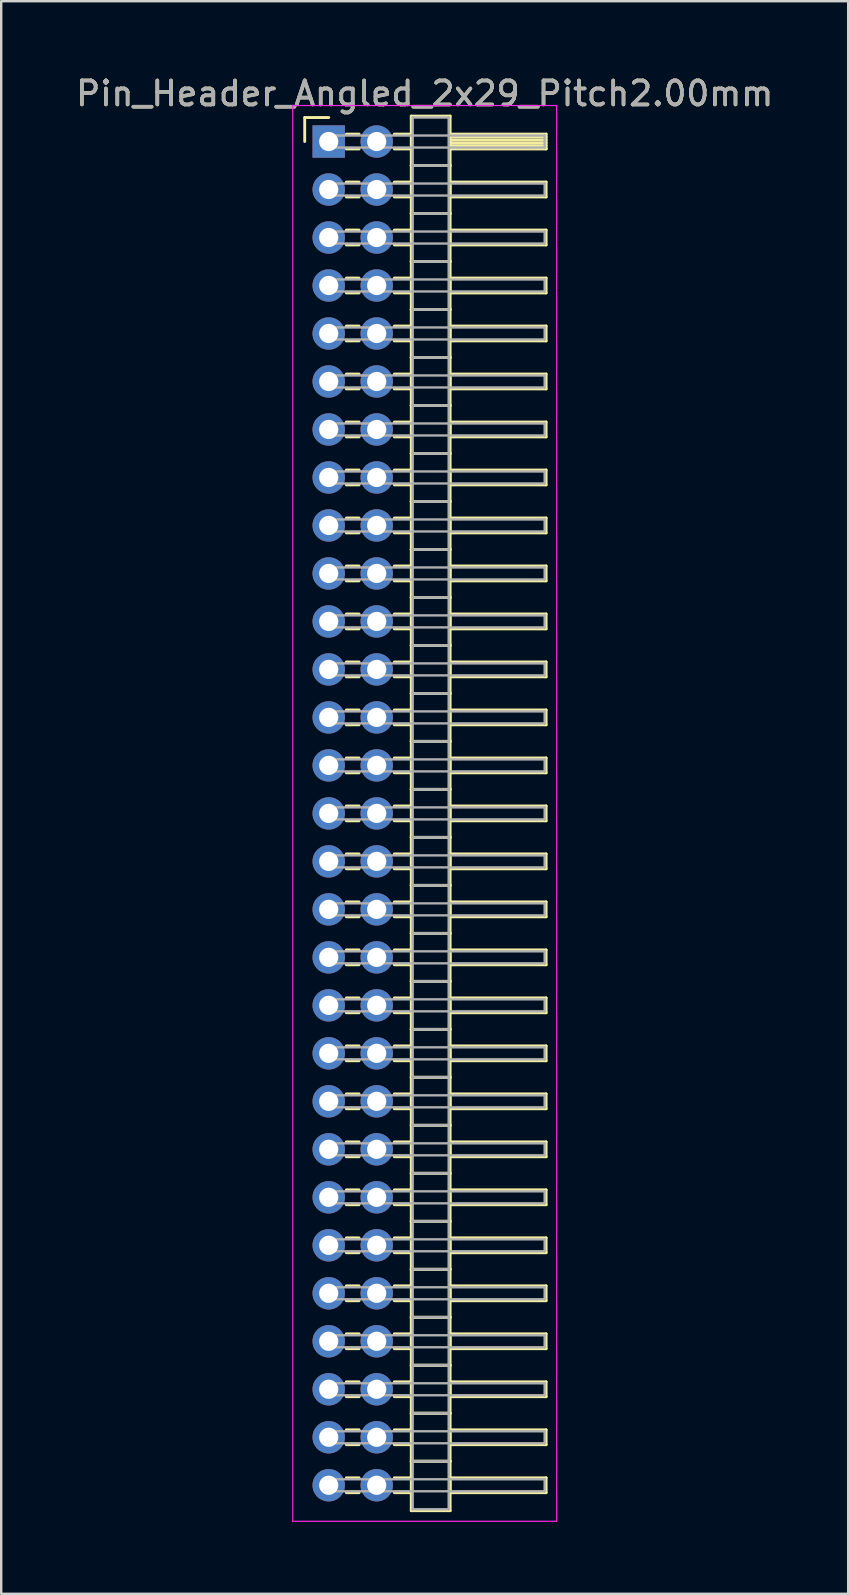
<source format=kicad_pcb>
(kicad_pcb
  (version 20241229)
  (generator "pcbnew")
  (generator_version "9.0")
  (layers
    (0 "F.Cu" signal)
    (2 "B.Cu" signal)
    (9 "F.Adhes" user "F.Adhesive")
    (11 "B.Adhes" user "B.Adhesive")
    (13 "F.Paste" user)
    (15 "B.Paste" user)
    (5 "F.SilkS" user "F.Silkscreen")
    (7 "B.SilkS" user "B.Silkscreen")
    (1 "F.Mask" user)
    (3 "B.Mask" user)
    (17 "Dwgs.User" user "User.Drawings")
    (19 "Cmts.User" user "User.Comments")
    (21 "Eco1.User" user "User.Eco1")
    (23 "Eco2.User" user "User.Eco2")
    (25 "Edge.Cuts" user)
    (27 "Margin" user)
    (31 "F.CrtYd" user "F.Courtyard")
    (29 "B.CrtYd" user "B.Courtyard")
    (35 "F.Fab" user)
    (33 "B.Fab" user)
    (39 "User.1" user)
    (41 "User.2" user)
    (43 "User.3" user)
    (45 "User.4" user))
  (footprint "Pin_Header_Angled_2x29_Pitch2.00mm"
    (layer "F.Cu")
    (at 10.649 2.848)
    (property "Reference" "Pin_Header_Angled_2x29_Pitch2.00mm" (at 4 -2 0) (layer "F.SilkS") (effects (font (size 1 1) (thickness 0.15))))
    (attr through_hole)
    (fp_line (start -1 -1) (end 0 -1) (stroke (width 0.12) (type solid)) (layer "F.SilkS"))
    (fp_line (start -1 0) (end -1 -1) (stroke (width 0.12) (type solid)) (layer "F.SilkS"))
    (fp_line (start 0.735 -0.31) (end 1.265 -0.31) (stroke (width 0.12) (type solid)) (layer "F.SilkS"))
    (fp_line (start 0.735 0.31) (end 1.265 0.31) (stroke (width 0.12) (type solid)) (layer "F.SilkS"))
    (fp_line (start 0.735 1.69) (end 1.265 1.69) (stroke (width 0.12) (type solid)) (layer "F.SilkS"))
    (fp_line (start 0.735 2.31) (end 1.265 2.31) (stroke (width 0.12) (type solid)) (layer "F.SilkS"))
    (fp_line (start 0.735 3.69) (end 1.265 3.69) (stroke (width 0.12) (type solid)) (layer "F.SilkS"))
    (fp_line (start 0.735 4.31) (end 1.265 4.31) (stroke (width 0.12) (type solid)) (layer "F.SilkS"))
    (fp_line (start 0.735 5.69) (end 1.265 5.69) (stroke (width 0.12) (type solid)) (layer "F.SilkS"))
    (fp_line (start 0.735 6.31) (end 1.265 6.31) (stroke (width 0.12) (type solid)) (layer "F.SilkS"))
    (fp_line (start 0.735 7.69) (end 1.265 7.69) (stroke (width 0.12) (type solid)) (layer "F.SilkS"))
    (fp_line (start 0.735 8.31) (end 1.265 8.31) (stroke (width 0.12) (type solid)) (layer "F.SilkS"))
    (fp_line (start 0.735 9.69) (end 1.265 9.69) (stroke (width 0.12) (type solid)) (layer "F.SilkS"))
    (fp_line (start 0.735 10.31) (end 1.265 10.31) (stroke (width 0.12) (type solid)) (layer "F.SilkS"))
    (fp_line (start 0.735 11.69) (end 1.265 11.69) (stroke (width 0.12) (type solid)) (layer "F.SilkS"))
    (fp_line (start 0.735 12.31) (end 1.265 12.31) (stroke (width 0.12) (type solid)) (layer "F.SilkS"))
    (fp_line (start 0.735 13.69) (end 1.265 13.69) (stroke (width 0.12) (type solid)) (layer "F.SilkS"))
    (fp_line (start 0.735 14.31) (end 1.265 14.31) (stroke (width 0.12) (type solid)) (layer "F.SilkS"))
    (fp_line (start 0.735 15.69) (end 1.265 15.69) (stroke (width 0.12) (type solid)) (layer "F.SilkS"))
    (fp_line (start 0.735 16.31) (end 1.265 16.31) (stroke (width 0.12) (type solid)) (layer "F.SilkS"))
    (fp_line (start 0.735 17.69) (end 1.265 17.69) (stroke (width 0.12) (type solid)) (layer "F.SilkS"))
    (fp_line (start 0.735 18.31) (end 1.265 18.31) (stroke (width 0.12) (type solid)) (layer "F.SilkS"))
    (fp_line (start 0.735 19.69) (end 1.265 19.69) (stroke (width 0.12) (type solid)) (layer "F.SilkS"))
    (fp_line (start 0.735 20.31) (end 1.265 20.31) (stroke (width 0.12) (type solid)) (layer "F.SilkS"))
    (fp_line (start 0.735 21.69) (end 1.265 21.69) (stroke (width 0.12) (type solid)) (layer "F.SilkS"))
    (fp_line (start 0.735 22.31) (end 1.265 22.31) (stroke (width 0.12) (type solid)) (layer "F.SilkS"))
    (fp_line (start 0.735 23.69) (end 1.265 23.69) (stroke (width 0.12) (type solid)) (layer "F.SilkS"))
    (fp_line (start 0.735 24.31) (end 1.265 24.31) (stroke (width 0.12) (type solid)) (layer "F.SilkS"))
    (fp_line (start 0.735 25.69) (end 1.265 25.69) (stroke (width 0.12) (type solid)) (layer "F.SilkS"))
    (fp_line (start 0.735 26.31) (end 1.265 26.31) (stroke (width 0.12) (type solid)) (layer "F.SilkS"))
    (fp_line (start 0.735 27.69) (end 1.265 27.69) (stroke (width 0.12) (type solid)) (layer "F.SilkS"))
    (fp_line (start 0.735 28.31) (end 1.265 28.31) (stroke (width 0.12) (type solid)) (layer "F.SilkS"))
    (fp_line (start 0.735 29.69) (end 1.265 29.69) (stroke (width 0.12) (type solid)) (layer "F.SilkS"))
    (fp_line (start 0.735 30.31) (end 1.265 30.31) (stroke (width 0.12) (type solid)) (layer "F.SilkS"))
    (fp_line (start 0.735 31.69) (end 1.265 31.69) (stroke (width 0.12) (type solid)) (layer "F.SilkS"))
    (fp_line (start 0.735 32.31) (end 1.265 32.31) (stroke (width 0.12) (type solid)) (layer "F.SilkS"))
    (fp_line (start 0.735 33.69) (end 1.265 33.69) (stroke (width 0.12) (type solid)) (layer "F.SilkS"))
    (fp_line (start 0.735 34.31) (end 1.265 34.31) (stroke (width 0.12) (type solid)) (layer "F.SilkS"))
    (fp_line (start 0.735 35.69) (end 1.265 35.69) (stroke (width 0.12) (type solid)) (layer "F.SilkS"))
    (fp_line (start 0.735 36.31) (end 1.265 36.31) (stroke (width 0.12) (type solid)) (layer "F.SilkS"))
    (fp_line (start 0.735 37.69) (end 1.265 37.69) (stroke (width 0.12) (type solid)) (layer "F.SilkS"))
    (fp_line (start 0.735 38.31) (end 1.265 38.31) (stroke (width 0.12) (type solid)) (layer "F.SilkS"))
    (fp_line (start 0.735 39.69) (end 1.265 39.69) (stroke (width 0.12) (type solid)) (layer "F.SilkS"))
    (fp_line (start 0.735 40.31) (end 1.265 40.31) (stroke (width 0.12) (type solid)) (layer "F.SilkS"))
    (fp_line (start 0.735 41.69) (end 1.265 41.69) (stroke (width 0.12) (type solid)) (layer "F.SilkS"))
    (fp_line (start 0.735 42.31) (end 1.265 42.31) (stroke (width 0.12) (type solid)) (layer "F.SilkS"))
    (fp_line (start 0.735 43.69) (end 1.265 43.69) (stroke (width 0.12) (type solid)) (layer "F.SilkS"))
    (fp_line (start 0.735 44.31) (end 1.265 44.31) (stroke (width 0.12) (type solid)) (layer "F.SilkS"))
    (fp_line (start 0.735 45.69) (end 1.265 45.69) (stroke (width 0.12) (type solid)) (layer "F.SilkS"))
    (fp_line (start 0.735 46.31) (end 1.265 46.31) (stroke (width 0.12) (type solid)) (layer "F.SilkS"))
    (fp_line (start 0.735 47.69) (end 1.265 47.69) (stroke (width 0.12) (type solid)) (layer "F.SilkS"))
    (fp_line (start 0.735 48.31) (end 1.265 48.31) (stroke (width 0.12) (type solid)) (layer "F.SilkS"))
    (fp_line (start 0.735 49.69) (end 1.265 49.69) (stroke (width 0.12) (type solid)) (layer "F.SilkS"))
    (fp_line (start 0.735 50.31) (end 1.265 50.31) (stroke (width 0.12) (type solid)) (layer "F.SilkS"))
    (fp_line (start 0.735 51.69) (end 1.265 51.69) (stroke (width 0.12) (type solid)) (layer "F.SilkS"))
    (fp_line (start 0.735 52.31) (end 1.265 52.31) (stroke (width 0.12) (type solid)) (layer "F.SilkS"))
    (fp_line (start 0.735 53.69) (end 1.265 53.69) (stroke (width 0.12) (type solid)) (layer "F.SilkS"))
    (fp_line (start 0.735 54.31) (end 1.265 54.31) (stroke (width 0.12) (type solid)) (layer "F.SilkS"))
    (fp_line (start 0.735 55.69) (end 1.265 55.69) (stroke (width 0.12) (type solid)) (layer "F.SilkS"))
    (fp_line (start 0.735 56.31) (end 1.265 56.31) (stroke (width 0.12) (type solid)) (layer "F.SilkS"))
    (fp_line (start 2.735 -0.31) (end 3.44 -0.31) (stroke (width 0.12) (type solid)) (layer "F.SilkS"))
    (fp_line (start 2.735 0.31) (end 3.44 0.31) (stroke (width 0.12) (type solid)) (layer "F.SilkS"))
    (fp_line (start 2.735 1.69) (end 3.44 1.69) (stroke (width 0.12) (type solid)) (layer "F.SilkS"))
    (fp_line (start 2.735 2.31) (end 3.44 2.31) (stroke (width 0.12) (type solid)) (layer "F.SilkS"))
    (fp_line (start 2.735 3.69) (end 3.44 3.69) (stroke (width 0.12) (type solid)) (layer "F.SilkS"))
    (fp_line (start 2.735 4.31) (end 3.44 4.31) (stroke (width 0.12) (type solid)) (layer "F.SilkS"))
    (fp_line (start 2.735 5.69) (end 3.44 5.69) (stroke (width 0.12) (type solid)) (layer "F.SilkS"))
    (fp_line (start 2.735 6.31) (end 3.44 6.31) (stroke (width 0.12) (type solid)) (layer "F.SilkS"))
    (fp_line (start 2.735 7.69) (end 3.44 7.69) (stroke (width 0.12) (type solid)) (layer "F.SilkS"))
    (fp_line (start 2.735 8.31) (end 3.44 8.31) (stroke (width 0.12) (type solid)) (layer "F.SilkS"))
    (fp_line (start 2.735 9.69) (end 3.44 9.69) (stroke (width 0.12) (type solid)) (layer "F.SilkS"))
    (fp_line (start 2.735 10.31) (end 3.44 10.31) (stroke (width 0.12) (type solid)) (layer "F.SilkS"))
    (fp_line (start 2.735 11.69) (end 3.44 11.69) (stroke (width 0.12) (type solid)) (layer "F.SilkS"))
    (fp_line (start 2.735 12.31) (end 3.44 12.31) (stroke (width 0.12) (type solid)) (layer "F.SilkS"))
    (fp_line (start 2.735 13.69) (end 3.44 13.69) (stroke (width 0.12) (type solid)) (layer "F.SilkS"))
    (fp_line (start 2.735 14.31) (end 3.44 14.31) (stroke (width 0.12) (type solid)) (layer "F.SilkS"))
    (fp_line (start 2.735 15.69) (end 3.44 15.69) (stroke (width 0.12) (type solid)) (layer "F.SilkS"))
    (fp_line (start 2.735 16.31) (end 3.44 16.31) (stroke (width 0.12) (type solid)) (layer "F.SilkS"))
    (fp_line (start 2.735 17.69) (end 3.44 17.69) (stroke (width 0.12) (type solid)) (layer "F.SilkS"))
    (fp_line (start 2.735 18.31) (end 3.44 18.31) (stroke (width 0.12) (type solid)) (layer "F.SilkS"))
    (fp_line (start 2.735 19.69) (end 3.44 19.69) (stroke (width 0.12) (type solid)) (layer "F.SilkS"))
    (fp_line (start 2.735 20.31) (end 3.44 20.31) (stroke (width 0.12) (type solid)) (layer "F.SilkS"))
    (fp_line (start 2.735 21.69) (end 3.44 21.69) (stroke (width 0.12) (type solid)) (layer "F.SilkS"))
    (fp_line (start 2.735 22.31) (end 3.44 22.31) (stroke (width 0.12) (type solid)) (layer "F.SilkS"))
    (fp_line (start 2.735 23.69) (end 3.44 23.69) (stroke (width 0.12) (type solid)) (layer "F.SilkS"))
    (fp_line (start 2.735 24.31) (end 3.44 24.31) (stroke (width 0.12) (type solid)) (layer "F.SilkS"))
    (fp_line (start 2.735 25.69) (end 3.44 25.69) (stroke (width 0.12) (type solid)) (layer "F.SilkS"))
    (fp_line (start 2.735 26.31) (end 3.44 26.31) (stroke (width 0.12) (type solid)) (layer "F.SilkS"))
    (fp_line (start 2.735 27.69) (end 3.44 27.69) (stroke (width 0.12) (type solid)) (layer "F.SilkS"))
    (fp_line (start 2.735 28.31) (end 3.44 28.31) (stroke (width 0.12) (type solid)) (layer "F.SilkS"))
    (fp_line (start 2.735 29.69) (end 3.44 29.69) (stroke (width 0.12) (type solid)) (layer "F.SilkS"))
    (fp_line (start 2.735 30.31) (end 3.44 30.31) (stroke (width 0.12) (type solid)) (layer "F.SilkS"))
    (fp_line (start 2.735 31.69) (end 3.44 31.69) (stroke (width 0.12) (type solid)) (layer "F.SilkS"))
    (fp_line (start 2.735 32.31) (end 3.44 32.31) (stroke (width 0.12) (type solid)) (layer "F.SilkS"))
    (fp_line (start 2.735 33.69) (end 3.44 33.69) (stroke (width 0.12) (type solid)) (layer "F.SilkS"))
    (fp_line (start 2.735 34.31) (end 3.44 34.31) (stroke (width 0.12) (type solid)) (layer "F.SilkS"))
    (fp_line (start 2.735 35.69) (end 3.44 35.69) (stroke (width 0.12) (type solid)) (layer "F.SilkS"))
    (fp_line (start 2.735 36.31) (end 3.44 36.31) (stroke (width 0.12) (type solid)) (layer "F.SilkS"))
    (fp_line (start 2.735 37.69) (end 3.44 37.69) (stroke (width 0.12) (type solid)) (layer "F.SilkS"))
    (fp_line (start 2.735 38.31) (end 3.44 38.31) (stroke (width 0.12) (type solid)) (layer "F.SilkS"))
    (fp_line (start 2.735 39.69) (end 3.44 39.69) (stroke (width 0.12) (type solid)) (layer "F.SilkS"))
    (fp_line (start 2.735 40.31) (end 3.44 40.31) (stroke (width 0.12) (type solid)) (layer "F.SilkS"))
    (fp_line (start 2.735 41.69) (end 3.44 41.69) (stroke (width 0.12) (type solid)) (layer "F.SilkS"))
    (fp_line (start 2.735 42.31) (end 3.44 42.31) (stroke (width 0.12) (type solid)) (layer "F.SilkS"))
    (fp_line (start 2.735 43.69) (end 3.44 43.69) (stroke (width 0.12) (type solid)) (layer "F.SilkS"))
    (fp_line (start 2.735 44.31) (end 3.44 44.31) (stroke (width 0.12) (type solid)) (layer "F.SilkS"))
    (fp_line (start 2.735 45.69) (end 3.44 45.69) (stroke (width 0.12) (type solid)) (layer "F.SilkS"))
    (fp_line (start 2.735 46.31) (end 3.44 46.31) (stroke (width 0.12) (type solid)) (layer "F.SilkS"))
    (fp_line (start 2.735 47.69) (end 3.44 47.69) (stroke (width 0.12) (type solid)) (layer "F.SilkS"))
    (fp_line (start 2.735 48.31) (end 3.44 48.31) (stroke (width 0.12) (type solid)) (layer "F.SilkS"))
    (fp_line (start 2.735 49.69) (end 3.44 49.69) (stroke (width 0.12) (type solid)) (layer "F.SilkS"))
    (fp_line (start 2.735 50.31) (end 3.44 50.31) (stroke (width 0.12) (type solid)) (layer "F.SilkS"))
    (fp_line (start 2.735 51.69) (end 3.44 51.69) (stroke (width 0.12) (type solid)) (layer "F.SilkS"))
    (fp_line (start 2.735 52.31) (end 3.44 52.31) (stroke (width 0.12) (type solid)) (layer "F.SilkS"))
    (fp_line (start 2.735 53.69) (end 3.44 53.69) (stroke (width 0.12) (type solid)) (layer "F.SilkS"))
    (fp_line (start 2.735 54.31) (end 3.44 54.31) (stroke (width 0.12) (type solid)) (layer "F.SilkS"))
    (fp_line (start 2.735 55.69) (end 3.44 55.69) (stroke (width 0.12) (type solid)) (layer "F.SilkS"))
    (fp_line (start 2.735 56.31) (end 3.44 56.31) (stroke (width 0.12) (type solid)) (layer "F.SilkS"))
    (fp_line (start 3.44 -1.06) (end 3.44 1) (stroke (width 0.12) (type solid)) (layer "F.SilkS"))
    (fp_line (start 3.44 1) (end 3.44 3) (stroke (width 0.12) (type solid)) (layer "F.SilkS"))
    (fp_line (start 3.44 1) (end 5.06 1) (stroke (width 0.12) (type solid)) (layer "F.SilkS"))
    (fp_line (start 3.44 3) (end 3.44 5) (stroke (width 0.12) (type solid)) (layer "F.SilkS"))
    (fp_line (start 3.44 3) (end 5.06 3) (stroke (width 0.12) (type solid)) (layer "F.SilkS"))
    (fp_line (start 3.44 5) (end 3.44 7) (stroke (width 0.12) (type solid)) (layer "F.SilkS"))
    (fp_line (start 3.44 5) (end 5.06 5) (stroke (width 0.12) (type solid)) (layer "F.SilkS"))
    (fp_line (start 3.44 7) (end 3.44 9) (stroke (width 0.12) (type solid)) (layer "F.SilkS"))
    (fp_line (start 3.44 7) (end 5.06 7) (stroke (width 0.12) (type solid)) (layer "F.SilkS"))
    (fp_line (start 3.44 9) (end 3.44 11) (stroke (width 0.12) (type solid)) (layer "F.SilkS"))
    (fp_line (start 3.44 9) (end 5.06 9) (stroke (width 0.12) (type solid)) (layer "F.SilkS"))
    (fp_line (start 3.44 11) (end 3.44 13) (stroke (width 0.12) (type solid)) (layer "F.SilkS"))
    (fp_line (start 3.44 11) (end 5.06 11) (stroke (width 0.12) (type solid)) (layer "F.SilkS"))
    (fp_line (start 3.44 13) (end 3.44 15) (stroke (width 0.12) (type solid)) (layer "F.SilkS"))
    (fp_line (start 3.44 13) (end 5.06 13) (stroke (width 0.12) (type solid)) (layer "F.SilkS"))
    (fp_line (start 3.44 15) (end 3.44 17) (stroke (width 0.12) (type solid)) (layer "F.SilkS"))
    (fp_line (start 3.44 15) (end 5.06 15) (stroke (width 0.12) (type solid)) (layer "F.SilkS"))
    (fp_line (start 3.44 17) (end 3.44 19) (stroke (width 0.12) (type solid)) (layer "F.SilkS"))
    (fp_line (start 3.44 17) (end 5.06 17) (stroke (width 0.12) (type solid)) (layer "F.SilkS"))
    (fp_line (start 3.44 19) (end 3.44 21) (stroke (width 0.12) (type solid)) (layer "F.SilkS"))
    (fp_line (start 3.44 19) (end 5.06 19) (stroke (width 0.12) (type solid)) (layer "F.SilkS"))
    (fp_line (start 3.44 21) (end 3.44 23) (stroke (width 0.12) (type solid)) (layer "F.SilkS"))
    (fp_line (start 3.44 21) (end 5.06 21) (stroke (width 0.12) (type solid)) (layer "F.SilkS"))
    (fp_line (start 3.44 23) (end 3.44 25) (stroke (width 0.12) (type solid)) (layer "F.SilkS"))
    (fp_line (start 3.44 23) (end 5.06 23) (stroke (width 0.12) (type solid)) (layer "F.SilkS"))
    (fp_line (start 3.44 25) (end 3.44 27) (stroke (width 0.12) (type solid)) (layer "F.SilkS"))
    (fp_line (start 3.44 25) (end 5.06 25) (stroke (width 0.12) (type solid)) (layer "F.SilkS"))
    (fp_line (start 3.44 27) (end 3.44 29) (stroke (width 0.12) (type solid)) (layer "F.SilkS"))
    (fp_line (start 3.44 27) (end 5.06 27) (stroke (width 0.12) (type solid)) (layer "F.SilkS"))
    (fp_line (start 3.44 29) (end 3.44 31) (stroke (width 0.12) (type solid)) (layer "F.SilkS"))
    (fp_line (start 3.44 29) (end 5.06 29) (stroke (width 0.12) (type solid)) (layer "F.SilkS"))
    (fp_line (start 3.44 31) (end 3.44 33) (stroke (width 0.12) (type solid)) (layer "F.SilkS"))
    (fp_line (start 3.44 31) (end 5.06 31) (stroke (width 0.12) (type solid)) (layer "F.SilkS"))
    (fp_line (start 3.44 33) (end 3.44 35) (stroke (width 0.12) (type solid)) (layer "F.SilkS"))
    (fp_line (start 3.44 33) (end 5.06 33) (stroke (width 0.12) (type solid)) (layer "F.SilkS"))
    (fp_line (start 3.44 35) (end 3.44 37) (stroke (width 0.12) (type solid)) (layer "F.SilkS"))
    (fp_line (start 3.44 35) (end 5.06 35) (stroke (width 0.12) (type solid)) (layer "F.SilkS"))
    (fp_line (start 3.44 37) (end 3.44 39) (stroke (width 0.12) (type solid)) (layer "F.SilkS"))
    (fp_line (start 3.44 37) (end 5.06 37) (stroke (width 0.12) (type solid)) (layer "F.SilkS"))
    (fp_line (start 3.44 39) (end 3.44 41) (stroke (width 0.12) (type solid)) (layer "F.SilkS"))
    (fp_line (start 3.44 39) (end 5.06 39) (stroke (width 0.12) (type solid)) (layer "F.SilkS"))
    (fp_line (start 3.44 41) (end 3.44 43) (stroke (width 0.12) (type solid)) (layer "F.SilkS"))
    (fp_line (start 3.44 41) (end 5.06 41) (stroke (width 0.12) (type solid)) (layer "F.SilkS"))
    (fp_line (start 3.44 43) (end 3.44 45) (stroke (width 0.12) (type solid)) (layer "F.SilkS"))
    (fp_line (start 3.44 43) (end 5.06 43) (stroke (width 0.12) (type solid)) (layer "F.SilkS"))
    (fp_line (start 3.44 45) (end 3.44 47) (stroke (width 0.12) (type solid)) (layer "F.SilkS"))
    (fp_line (start 3.44 45) (end 5.06 45) (stroke (width 0.12) (type solid)) (layer "F.SilkS"))
    (fp_line (start 3.44 47) (end 3.44 49) (stroke (width 0.12) (type solid)) (layer "F.SilkS"))
    (fp_line (start 3.44 47) (end 5.06 47) (stroke (width 0.12) (type solid)) (layer "F.SilkS"))
    (fp_line (start 3.44 49) (end 3.44 51) (stroke (width 0.12) (type solid)) (layer "F.SilkS"))
    (fp_line (start 3.44 49) (end 5.06 49) (stroke (width 0.12) (type solid)) (layer "F.SilkS"))
    (fp_line (start 3.44 51) (end 3.44 53) (stroke (width 0.12) (type solid)) (layer "F.SilkS"))
    (fp_line (start 3.44 51) (end 5.06 51) (stroke (width 0.12) (type solid)) (layer "F.SilkS"))
    (fp_line (start 3.44 53) (end 3.44 55) (stroke (width 0.12) (type solid)) (layer "F.SilkS"))
    (fp_line (start 3.44 53) (end 5.06 53) (stroke (width 0.12) (type solid)) (layer "F.SilkS"))
    (fp_line (start 3.44 55) (end 3.44 57.06) (stroke (width 0.12) (type solid)) (layer "F.SilkS"))
    (fp_line (start 3.44 55) (end 5.06 55) (stroke (width 0.12) (type solid)) (layer "F.SilkS"))
    (fp_line (start 3.44 57.06) (end 5.06 57.06) (stroke (width 0.12) (type solid)) (layer "F.SilkS"))
    (fp_line (start 5.06 -1.06) (end 3.44 -1.06) (stroke (width 0.12) (type solid)) (layer "F.SilkS"))
    (fp_line (start 5.06 -0.31) (end 5.06 0.31) (stroke (width 0.12) (type solid)) (layer "F.SilkS"))
    (fp_line (start 5.06 -0.19) (end 9.06 -0.19) (stroke (width 0.12) (type solid)) (layer "F.SilkS"))
    (fp_line (start 5.06 -0.07) (end 9.06 -0.07) (stroke (width 0.12) (type solid)) (layer "F.SilkS"))
    (fp_line (start 5.06 0.05) (end 9.06 0.05) (stroke (width 0.12) (type solid)) (layer "F.SilkS"))
    (fp_line (start 5.06 0.17) (end 9.06 0.17) (stroke (width 0.12) (type solid)) (layer "F.SilkS"))
    (fp_line (start 5.06 0.29) (end 9.06 0.29) (stroke (width 0.12) (type solid)) (layer "F.SilkS"))
    (fp_line (start 5.06 0.31) (end 9.06 0.31) (stroke (width 0.12) (type solid)) (layer "F.SilkS"))
    (fp_line (start 5.06 1) (end 3.44 1) (stroke (width 0.12) (type solid)) (layer "F.SilkS"))
    (fp_line (start 5.06 1) (end 5.06 -1.06) (stroke (width 0.12) (type solid)) (layer "F.SilkS"))
    (fp_line (start 5.06 1.69) (end 5.06 2.31) (stroke (width 0.12) (type solid)) (layer "F.SilkS"))
    (fp_line (start 5.06 2.31) (end 9.06 2.31) (stroke (width 0.12) (type solid)) (layer "F.SilkS"))
    (fp_line (start 5.06 3) (end 3.44 3) (stroke (width 0.12) (type solid)) (layer "F.SilkS"))
    (fp_line (start 5.06 3) (end 5.06 1) (stroke (width 0.12) (type solid)) (layer "F.SilkS"))
    (fp_line (start 5.06 3.69) (end 5.06 4.31) (stroke (width 0.12) (type solid)) (layer "F.SilkS"))
    (fp_line (start 5.06 4.31) (end 9.06 4.31) (stroke (width 0.12) (type solid)) (layer "F.SilkS"))
    (fp_line (start 5.06 5) (end 3.44 5) (stroke (width 0.12) (type solid)) (layer "F.SilkS"))
    (fp_line (start 5.06 5) (end 5.06 3) (stroke (width 0.12) (type solid)) (layer "F.SilkS"))
    (fp_line (start 5.06 5.69) (end 5.06 6.31) (stroke (width 0.12) (type solid)) (layer "F.SilkS"))
    (fp_line (start 5.06 6.31) (end 9.06 6.31) (stroke (width 0.12) (type solid)) (layer "F.SilkS"))
    (fp_line (start 5.06 7) (end 3.44 7) (stroke (width 0.12) (type solid)) (layer "F.SilkS"))
    (fp_line (start 5.06 7) (end 5.06 5) (stroke (width 0.12) (type solid)) (layer "F.SilkS"))
    (fp_line (start 5.06 7.69) (end 5.06 8.31) (stroke (width 0.12) (type solid)) (layer "F.SilkS"))
    (fp_line (start 5.06 8.31) (end 9.06 8.31) (stroke (width 0.12) (type solid)) (layer "F.SilkS"))
    (fp_line (start 5.06 9) (end 3.44 9) (stroke (width 0.12) (type solid)) (layer "F.SilkS"))
    (fp_line (start 5.06 9) (end 5.06 7) (stroke (width 0.12) (type solid)) (layer "F.SilkS"))
    (fp_line (start 5.06 9.69) (end 5.06 10.31) (stroke (width 0.12) (type solid)) (layer "F.SilkS"))
    (fp_line (start 5.06 10.31) (end 9.06 10.31) (stroke (width 0.12) (type solid)) (layer "F.SilkS"))
    (fp_line (start 5.06 11) (end 3.44 11) (stroke (width 0.12) (type solid)) (layer "F.SilkS"))
    (fp_line (start 5.06 11) (end 5.06 9) (stroke (width 0.12) (type solid)) (layer "F.SilkS"))
    (fp_line (start 5.06 11.69) (end 5.06 12.31) (stroke (width 0.12) (type solid)) (layer "F.SilkS"))
    (fp_line (start 5.06 12.31) (end 9.06 12.31) (stroke (width 0.12) (type solid)) (layer "F.SilkS"))
    (fp_line (start 5.06 13) (end 3.44 13) (stroke (width 0.12) (type solid)) (layer "F.SilkS"))
    (fp_line (start 5.06 13) (end 5.06 11) (stroke (width 0.12) (type solid)) (layer "F.SilkS"))
    (fp_line (start 5.06 13.69) (end 5.06 14.31) (stroke (width 0.12) (type solid)) (layer "F.SilkS"))
    (fp_line (start 5.06 14.31) (end 9.06 14.31) (stroke (width 0.12) (type solid)) (layer "F.SilkS"))
    (fp_line (start 5.06 15) (end 3.44 15) (stroke (width 0.12) (type solid)) (layer "F.SilkS"))
    (fp_line (start 5.06 15) (end 5.06 13) (stroke (width 0.12) (type solid)) (layer "F.SilkS"))
    (fp_line (start 5.06 15.69) (end 5.06 16.31) (stroke (width 0.12) (type solid)) (layer "F.SilkS"))
    (fp_line (start 5.06 16.31) (end 9.06 16.31) (stroke (width 0.12) (type solid)) (layer "F.SilkS"))
    (fp_line (start 5.06 17) (end 3.44 17) (stroke (width 0.12) (type solid)) (layer "F.SilkS"))
    (fp_line (start 5.06 17) (end 5.06 15) (stroke (width 0.12) (type solid)) (layer "F.SilkS"))
    (fp_line (start 5.06 17.69) (end 5.06 18.31) (stroke (width 0.12) (type solid)) (layer "F.SilkS"))
    (fp_line (start 5.06 18.31) (end 9.06 18.31) (stroke (width 0.12) (type solid)) (layer "F.SilkS"))
    (fp_line (start 5.06 19) (end 3.44 19) (stroke (width 0.12) (type solid)) (layer "F.SilkS"))
    (fp_line (start 5.06 19) (end 5.06 17) (stroke (width 0.12) (type solid)) (layer "F.SilkS"))
    (fp_line (start 5.06 19.69) (end 5.06 20.31) (stroke (width 0.12) (type solid)) (layer "F.SilkS"))
    (fp_line (start 5.06 20.31) (end 9.06 20.31) (stroke (width 0.12) (type solid)) (layer "F.SilkS"))
    (fp_line (start 5.06 21) (end 3.44 21) (stroke (width 0.12) (type solid)) (layer "F.SilkS"))
    (fp_line (start 5.06 21) (end 5.06 19) (stroke (width 0.12) (type solid)) (layer "F.SilkS"))
    (fp_line (start 5.06 21.69) (end 5.06 22.31) (stroke (width 0.12) (type solid)) (layer "F.SilkS"))
    (fp_line (start 5.06 22.31) (end 9.06 22.31) (stroke (width 0.12) (type solid)) (layer "F.SilkS"))
    (fp_line (start 5.06 23) (end 3.44 23) (stroke (width 0.12) (type solid)) (layer "F.SilkS"))
    (fp_line (start 5.06 23) (end 5.06 21) (stroke (width 0.12) (type solid)) (layer "F.SilkS"))
    (fp_line (start 5.06 23.69) (end 5.06 24.31) (stroke (width 0.12) (type solid)) (layer "F.SilkS"))
    (fp_line (start 5.06 24.31) (end 9.06 24.31) (stroke (width 0.12) (type solid)) (layer "F.SilkS"))
    (fp_line (start 5.06 25) (end 3.44 25) (stroke (width 0.12) (type solid)) (layer "F.SilkS"))
    (fp_line (start 5.06 25) (end 5.06 23) (stroke (width 0.12) (type solid)) (layer "F.SilkS"))
    (fp_line (start 5.06 25.69) (end 5.06 26.31) (stroke (width 0.12) (type solid)) (layer "F.SilkS"))
    (fp_line (start 5.06 26.31) (end 9.06 26.31) (stroke (width 0.12) (type solid)) (layer "F.SilkS"))
    (fp_line (start 5.06 27) (end 3.44 27) (stroke (width 0.12) (type solid)) (layer "F.SilkS"))
    (fp_line (start 5.06 27) (end 5.06 25) (stroke (width 0.12) (type solid)) (layer "F.SilkS"))
    (fp_line (start 5.06 27.69) (end 5.06 28.31) (stroke (width 0.12) (type solid)) (layer "F.SilkS"))
    (fp_line (start 5.06 28.31) (end 9.06 28.31) (stroke (width 0.12) (type solid)) (layer "F.SilkS"))
    (fp_line (start 5.06 29) (end 3.44 29) (stroke (width 0.12) (type solid)) (layer "F.SilkS"))
    (fp_line (start 5.06 29) (end 5.06 27) (stroke (width 0.12) (type solid)) (layer "F.SilkS"))
    (fp_line (start 5.06 29.69) (end 5.06 30.31) (stroke (width 0.12) (type solid)) (layer "F.SilkS"))
    (fp_line (start 5.06 30.31) (end 9.06 30.31) (stroke (width 0.12) (type solid)) (layer "F.SilkS"))
    (fp_line (start 5.06 31) (end 3.44 31) (stroke (width 0.12) (type solid)) (layer "F.SilkS"))
    (fp_line (start 5.06 31) (end 5.06 29) (stroke (width 0.12) (type solid)) (layer "F.SilkS"))
    (fp_line (start 5.06 31.69) (end 5.06 32.31) (stroke (width 0.12) (type solid)) (layer "F.SilkS"))
    (fp_line (start 5.06 32.31) (end 9.06 32.31) (stroke (width 0.12) (type solid)) (layer "F.SilkS"))
    (fp_line (start 5.06 33) (end 3.44 33) (stroke (width 0.12) (type solid)) (layer "F.SilkS"))
    (fp_line (start 5.06 33) (end 5.06 31) (stroke (width 0.12) (type solid)) (layer "F.SilkS"))
    (fp_line (start 5.06 33.69) (end 5.06 34.31) (stroke (width 0.12) (type solid)) (layer "F.SilkS"))
    (fp_line (start 5.06 34.31) (end 9.06 34.31) (stroke (width 0.12) (type solid)) (layer "F.SilkS"))
    (fp_line (start 5.06 35) (end 3.44 35) (stroke (width 0.12) (type solid)) (layer "F.SilkS"))
    (fp_line (start 5.06 35) (end 5.06 33) (stroke (width 0.12) (type solid)) (layer "F.SilkS"))
    (fp_line (start 5.06 35.69) (end 5.06 36.31) (stroke (width 0.12) (type solid)) (layer "F.SilkS"))
    (fp_line (start 5.06 36.31) (end 9.06 36.31) (stroke (width 0.12) (type solid)) (layer "F.SilkS"))
    (fp_line (start 5.06 37) (end 3.44 37) (stroke (width 0.12) (type solid)) (layer "F.SilkS"))
    (fp_line (start 5.06 37) (end 5.06 35) (stroke (width 0.12) (type solid)) (layer "F.SilkS"))
    (fp_line (start 5.06 37.69) (end 5.06 38.31) (stroke (width 0.12) (type solid)) (layer "F.SilkS"))
    (fp_line (start 5.06 38.31) (end 9.06 38.31) (stroke (width 0.12) (type solid)) (layer "F.SilkS"))
    (fp_line (start 5.06 39) (end 3.44 39) (stroke (width 0.12) (type solid)) (layer "F.SilkS"))
    (fp_line (start 5.06 39) (end 5.06 37) (stroke (width 0.12) (type solid)) (layer "F.SilkS"))
    (fp_line (start 5.06 39.69) (end 5.06 40.31) (stroke (width 0.12) (type solid)) (layer "F.SilkS"))
    (fp_line (start 5.06 40.31) (end 9.06 40.31) (stroke (width 0.12) (type solid)) (layer "F.SilkS"))
    (fp_line (start 5.06 41) (end 3.44 41) (stroke (width 0.12) (type solid)) (layer "F.SilkS"))
    (fp_line (start 5.06 41) (end 5.06 39) (stroke (width 0.12) (type solid)) (layer "F.SilkS"))
    (fp_line (start 5.06 41.69) (end 5.06 42.31) (stroke (width 0.12) (type solid)) (layer "F.SilkS"))
    (fp_line (start 5.06 42.31) (end 9.06 42.31) (stroke (width 0.12) (type solid)) (layer "F.SilkS"))
    (fp_line (start 5.06 43) (end 3.44 43) (stroke (width 0.12) (type solid)) (layer "F.SilkS"))
    (fp_line (start 5.06 43) (end 5.06 41) (stroke (width 0.12) (type solid)) (layer "F.SilkS"))
    (fp_line (start 5.06 43.69) (end 5.06 44.31) (stroke (width 0.12) (type solid)) (layer "F.SilkS"))
    (fp_line (start 5.06 44.31) (end 9.06 44.31) (stroke (width 0.12) (type solid)) (layer "F.SilkS"))
    (fp_line (start 5.06 45) (end 3.44 45) (stroke (width 0.12) (type solid)) (layer "F.SilkS"))
    (fp_line (start 5.06 45) (end 5.06 43) (stroke (width 0.12) (type solid)) (layer "F.SilkS"))
    (fp_line (start 5.06 45.69) (end 5.06 46.31) (stroke (width 0.12) (type solid)) (layer "F.SilkS"))
    (fp_line (start 5.06 46.31) (end 9.06 46.31) (stroke (width 0.12) (type solid)) (layer "F.SilkS"))
    (fp_line (start 5.06 47) (end 3.44 47) (stroke (width 0.12) (type solid)) (layer "F.SilkS"))
    (fp_line (start 5.06 47) (end 5.06 45) (stroke (width 0.12) (type solid)) (layer "F.SilkS"))
    (fp_line (start 5.06 47.69) (end 5.06 48.31) (stroke (width 0.12) (type solid)) (layer "F.SilkS"))
    (fp_line (start 5.06 48.31) (end 9.06 48.31) (stroke (width 0.12) (type solid)) (layer "F.SilkS"))
    (fp_line (start 5.06 49) (end 3.44 49) (stroke (width 0.12) (type solid)) (layer "F.SilkS"))
    (fp_line (start 5.06 49) (end 5.06 47) (stroke (width 0.12) (type solid)) (layer "F.SilkS"))
    (fp_line (start 5.06 49.69) (end 5.06 50.31) (stroke (width 0.12) (type solid)) (layer "F.SilkS"))
    (fp_line (start 5.06 50.31) (end 9.06 50.31) (stroke (width 0.12) (type solid)) (layer "F.SilkS"))
    (fp_line (start 5.06 51) (end 3.44 51) (stroke (width 0.12) (type solid)) (layer "F.SilkS"))
    (fp_line (start 5.06 51) (end 5.06 49) (stroke (width 0.12) (type solid)) (layer "F.SilkS"))
    (fp_line (start 5.06 51.69) (end 5.06 52.31) (stroke (width 0.12) (type solid)) (layer "F.SilkS"))
    (fp_line (start 5.06 52.31) (end 9.06 52.31) (stroke (width 0.12) (type solid)) (layer "F.SilkS"))
    (fp_line (start 5.06 53) (end 3.44 53) (stroke (width 0.12) (type solid)) (layer "F.SilkS"))
    (fp_line (start 5.06 53) (end 5.06 51) (stroke (width 0.12) (type solid)) (layer "F.SilkS"))
    (fp_line (start 5.06 53.69) (end 5.06 54.31) (stroke (width 0.12) (type solid)) (layer "F.SilkS"))
    (fp_line (start 5.06 54.31) (end 9.06 54.31) (stroke (width 0.12) (type solid)) (layer "F.SilkS"))
    (fp_line (start 5.06 55) (end 3.44 55) (stroke (width 0.12) (type solid)) (layer "F.SilkS"))
    (fp_line (start 5.06 55) (end 5.06 53) (stroke (width 0.12) (type solid)) (layer "F.SilkS"))
    (fp_line (start 5.06 55.69) (end 5.06 56.31) (stroke (width 0.12) (type solid)) (layer "F.SilkS"))
    (fp_line (start 5.06 56.31) (end 9.06 56.31) (stroke (width 0.12) (type solid)) (layer "F.SilkS"))
    (fp_line (start 5.06 57.06) (end 5.06 55) (stroke (width 0.12) (type solid)) (layer "F.SilkS"))
    (fp_line (start 9.06 -0.31) (end 5.06 -0.31) (stroke (width 0.12) (type solid)) (layer "F.SilkS"))
    (fp_line (start 9.06 0.31) (end 9.06 -0.31) (stroke (width 0.12) (type solid)) (layer "F.SilkS"))
    (fp_line (start 9.06 1.69) (end 5.06 1.69) (stroke (width 0.12) (type solid)) (layer "F.SilkS"))
    (fp_line (start 9.06 2.31) (end 9.06 1.69) (stroke (width 0.12) (type solid)) (layer "F.SilkS"))
    (fp_line (start 9.06 3.69) (end 5.06 3.69) (stroke (width 0.12) (type solid)) (layer "F.SilkS"))
    (fp_line (start 9.06 4.31) (end 9.06 3.69) (stroke (width 0.12) (type solid)) (layer "F.SilkS"))
    (fp_line (start 9.06 5.69) (end 5.06 5.69) (stroke (width 0.12) (type solid)) (layer "F.SilkS"))
    (fp_line (start 9.06 6.31) (end 9.06 5.69) (stroke (width 0.12) (type solid)) (layer "F.SilkS"))
    (fp_line (start 9.06 7.69) (end 5.06 7.69) (stroke (width 0.12) (type solid)) (layer "F.SilkS"))
    (fp_line (start 9.06 8.31) (end 9.06 7.69) (stroke (width 0.12) (type solid)) (layer "F.SilkS"))
    (fp_line (start 9.06 9.69) (end 5.06 9.69) (stroke (width 0.12) (type solid)) (layer "F.SilkS"))
    (fp_line (start 9.06 10.31) (end 9.06 9.69) (stroke (width 0.12) (type solid)) (layer "F.SilkS"))
    (fp_line (start 9.06 11.69) (end 5.06 11.69) (stroke (width 0.12) (type solid)) (layer "F.SilkS"))
    (fp_line (start 9.06 12.31) (end 9.06 11.69) (stroke (width 0.12) (type solid)) (layer "F.SilkS"))
    (fp_line (start 9.06 13.69) (end 5.06 13.69) (stroke (width 0.12) (type solid)) (layer "F.SilkS"))
    (fp_line (start 9.06 14.31) (end 9.06 13.69) (stroke (width 0.12) (type solid)) (layer "F.SilkS"))
    (fp_line (start 9.06 15.69) (end 5.06 15.69) (stroke (width 0.12) (type solid)) (layer "F.SilkS"))
    (fp_line (start 9.06 16.31) (end 9.06 15.69) (stroke (width 0.12) (type solid)) (layer "F.SilkS"))
    (fp_line (start 9.06 17.69) (end 5.06 17.69) (stroke (width 0.12) (type solid)) (layer "F.SilkS"))
    (fp_line (start 9.06 18.31) (end 9.06 17.69) (stroke (width 0.12) (type solid)) (layer "F.SilkS"))
    (fp_line (start 9.06 19.69) (end 5.06 19.69) (stroke (width 0.12) (type solid)) (layer "F.SilkS"))
    (fp_line (start 9.06 20.31) (end 9.06 19.69) (stroke (width 0.12) (type solid)) (layer "F.SilkS"))
    (fp_line (start 9.06 21.69) (end 5.06 21.69) (stroke (width 0.12) (type solid)) (layer "F.SilkS"))
    (fp_line (start 9.06 22.31) (end 9.06 21.69) (stroke (width 0.12) (type solid)) (layer "F.SilkS"))
    (fp_line (start 9.06 23.69) (end 5.06 23.69) (stroke (width 0.12) (type solid)) (layer "F.SilkS"))
    (fp_line (start 9.06 24.31) (end 9.06 23.69) (stroke (width 0.12) (type solid)) (layer "F.SilkS"))
    (fp_line (start 9.06 25.69) (end 5.06 25.69) (stroke (width 0.12) (type solid)) (layer "F.SilkS"))
    (fp_line (start 9.06 26.31) (end 9.06 25.69) (stroke (width 0.12) (type solid)) (layer "F.SilkS"))
    (fp_line (start 9.06 27.69) (end 5.06 27.69) (stroke (width 0.12) (type solid)) (layer "F.SilkS"))
    (fp_line (start 9.06 28.31) (end 9.06 27.69) (stroke (width 0.12) (type solid)) (layer "F.SilkS"))
    (fp_line (start 9.06 29.69) (end 5.06 29.69) (stroke (width 0.12) (type solid)) (layer "F.SilkS"))
    (fp_line (start 9.06 30.31) (end 9.06 29.69) (stroke (width 0.12) (type solid)) (layer "F.SilkS"))
    (fp_line (start 9.06 31.69) (end 5.06 31.69) (stroke (width 0.12) (type solid)) (layer "F.SilkS"))
    (fp_line (start 9.06 32.31) (end 9.06 31.69) (stroke (width 0.12) (type solid)) (layer "F.SilkS"))
    (fp_line (start 9.06 33.69) (end 5.06 33.69) (stroke (width 0.12) (type solid)) (layer "F.SilkS"))
    (fp_line (start 9.06 34.31) (end 9.06 33.69) (stroke (width 0.12) (type solid)) (layer "F.SilkS"))
    (fp_line (start 9.06 35.69) (end 5.06 35.69) (stroke (width 0.12) (type solid)) (layer "F.SilkS"))
    (fp_line (start 9.06 36.31) (end 9.06 35.69) (stroke (width 0.12) (type solid)) (layer "F.SilkS"))
    (fp_line (start 9.06 37.69) (end 5.06 37.69) (stroke (width 0.12) (type solid)) (layer "F.SilkS"))
    (fp_line (start 9.06 38.31) (end 9.06 37.69) (stroke (width 0.12) (type solid)) (layer "F.SilkS"))
    (fp_line (start 9.06 39.69) (end 5.06 39.69) (stroke (width 0.12) (type solid)) (layer "F.SilkS"))
    (fp_line (start 9.06 40.31) (end 9.06 39.69) (stroke (width 0.12) (type solid)) (layer "F.SilkS"))
    (fp_line (start 9.06 41.69) (end 5.06 41.69) (stroke (width 0.12) (type solid)) (layer "F.SilkS"))
    (fp_line (start 9.06 42.31) (end 9.06 41.69) (stroke (width 0.12) (type solid)) (layer "F.SilkS"))
    (fp_line (start 9.06 43.69) (end 5.06 43.69) (stroke (width 0.12) (type solid)) (layer "F.SilkS"))
    (fp_line (start 9.06 44.31) (end 9.06 43.69) (stroke (width 0.12) (type solid)) (layer "F.SilkS"))
    (fp_line (start 9.06 45.69) (end 5.06 45.69) (stroke (width 0.12) (type solid)) (layer "F.SilkS"))
    (fp_line (start 9.06 46.31) (end 9.06 45.69) (stroke (width 0.12) (type solid)) (layer "F.SilkS"))
    (fp_line (start 9.06 47.69) (end 5.06 47.69) (stroke (width 0.12) (type solid)) (layer "F.SilkS"))
    (fp_line (start 9.06 48.31) (end 9.06 47.69) (stroke (width 0.12) (type solid)) (layer "F.SilkS"))
    (fp_line (start 9.06 49.69) (end 5.06 49.69) (stroke (width 0.12) (type solid)) (layer "F.SilkS"))
    (fp_line (start 9.06 50.31) (end 9.06 49.69) (stroke (width 0.12) (type solid)) (layer "F.SilkS"))
    (fp_line (start 9.06 51.69) (end 5.06 51.69) (stroke (width 0.12) (type solid)) (layer "F.SilkS"))
    (fp_line (start 9.06 52.31) (end 9.06 51.69) (stroke (width 0.12) (type solid)) (layer "F.SilkS"))
    (fp_line (start 9.06 53.69) (end 5.06 53.69) (stroke (width 0.12) (type solid)) (layer "F.SilkS"))
    (fp_line (start 9.06 54.31) (end 9.06 53.69) (stroke (width 0.12) (type solid)) (layer "F.SilkS"))
    (fp_line (start 9.06 55.69) (end 5.06 55.69) (stroke (width 0.12) (type solid)) (layer "F.SilkS"))
    (fp_line (start 9.06 56.31) (end 9.06 55.69) (stroke (width 0.12) (type solid)) (layer "F.SilkS"))
    (fp_line (start -1.5 -1.5) (end -1.5 57.5) (stroke (width 0.05) (type solid)) (layer "F.CrtYd"))
    (fp_line (start -1.5 57.5) (end 9.5 57.5) (stroke (width 0.05) (type solid)) (layer "F.CrtYd"))
    (fp_line (start 9.5 -1.5) (end -1.5 -1.5) (stroke (width 0.05) (type solid)) (layer "F.CrtYd"))
    (fp_line (start 9.5 57.5) (end 9.5 -1.5) (stroke (width 0.05) (type solid)) (layer "F.CrtYd"))
    (fp_line (start 0 -0.25) (end 0 0.25) (stroke (width 0.1) (type solid)) (layer "F.Fab"))
    (fp_line (start 0 0.25) (end 9 0.25) (stroke (width 0.1) (type solid)) (layer "F.Fab"))
    (fp_line (start 0 1.75) (end 0 2.25) (stroke (width 0.1) (type solid)) (layer "F.Fab"))
    (fp_line (start 0 2.25) (end 9 2.25) (stroke (width 0.1) (type solid)) (layer "F.Fab"))
    (fp_line (start 0 3.75) (end 0 4.25) (stroke (width 0.1) (type solid)) (layer "F.Fab"))
    (fp_line (start 0 4.25) (end 9 4.25) (stroke (width 0.1) (type solid)) (layer "F.Fab"))
    (fp_line (start 0 5.75) (end 0 6.25) (stroke (width 0.1) (type solid)) (layer "F.Fab"))
    (fp_line (start 0 6.25) (end 9 6.25) (stroke (width 0.1) (type solid)) (layer "F.Fab"))
    (fp_line (start 0 7.75) (end 0 8.25) (stroke (width 0.1) (type solid)) (layer "F.Fab"))
    (fp_line (start 0 8.25) (end 9 8.25) (stroke (width 0.1) (type solid)) (layer "F.Fab"))
    (fp_line (start 0 9.75) (end 0 10.25) (stroke (width 0.1) (type solid)) (layer "F.Fab"))
    (fp_line (start 0 10.25) (end 9 10.25) (stroke (width 0.1) (type solid)) (layer "F.Fab"))
    (fp_line (start 0 11.75) (end 0 12.25) (stroke (width 0.1) (type solid)) (layer "F.Fab"))
    (fp_line (start 0 12.25) (end 9 12.25) (stroke (width 0.1) (type solid)) (layer "F.Fab"))
    (fp_line (start 0 13.75) (end 0 14.25) (stroke (width 0.1) (type solid)) (layer "F.Fab"))
    (fp_line (start 0 14.25) (end 9 14.25) (stroke (width 0.1) (type solid)) (layer "F.Fab"))
    (fp_line (start 0 15.75) (end 0 16.25) (stroke (width 0.1) (type solid)) (layer "F.Fab"))
    (fp_line (start 0 16.25) (end 9 16.25) (stroke (width 0.1) (type solid)) (layer "F.Fab"))
    (fp_line (start 0 17.75) (end 0 18.25) (stroke (width 0.1) (type solid)) (layer "F.Fab"))
    (fp_line (start 0 18.25) (end 9 18.25) (stroke (width 0.1) (type solid)) (layer "F.Fab"))
    (fp_line (start 0 19.75) (end 0 20.25) (stroke (width 0.1) (type solid)) (layer "F.Fab"))
    (fp_line (start 0 20.25) (end 9 20.25) (stroke (width 0.1) (type solid)) (layer "F.Fab"))
    (fp_line (start 0 21.75) (end 0 22.25) (stroke (width 0.1) (type solid)) (layer "F.Fab"))
    (fp_line (start 0 22.25) (end 9 22.25) (stroke (width 0.1) (type solid)) (layer "F.Fab"))
    (fp_line (start 0 23.75) (end 0 24.25) (stroke (width 0.1) (type solid)) (layer "F.Fab"))
    (fp_line (start 0 24.25) (end 9 24.25) (stroke (width 0.1) (type solid)) (layer "F.Fab"))
    (fp_line (start 0 25.75) (end 0 26.25) (stroke (width 0.1) (type solid)) (layer "F.Fab"))
    (fp_line (start 0 26.25) (end 9 26.25) (stroke (width 0.1) (type solid)) (layer "F.Fab"))
    (fp_line (start 0 27.75) (end 0 28.25) (stroke (width 0.1) (type solid)) (layer "F.Fab"))
    (fp_line (start 0 28.25) (end 9 28.25) (stroke (width 0.1) (type solid)) (layer "F.Fab"))
    (fp_line (start 0 29.75) (end 0 30.25) (stroke (width 0.1) (type solid)) (layer "F.Fab"))
    (fp_line (start 0 30.25) (end 9 30.25) (stroke (width 0.1) (type solid)) (layer "F.Fab"))
    (fp_line (start 0 31.75) (end 0 32.25) (stroke (width 0.1) (type solid)) (layer "F.Fab"))
    (fp_line (start 0 32.25) (end 9 32.25) (stroke (width 0.1) (type solid)) (layer "F.Fab"))
    (fp_line (start 0 33.75) (end 0 34.25) (stroke (width 0.1) (type solid)) (layer "F.Fab"))
    (fp_line (start 0 34.25) (end 9 34.25) (stroke (width 0.1) (type solid)) (layer "F.Fab"))
    (fp_line (start 0 35.75) (end 0 36.25) (stroke (width 0.1) (type solid)) (layer "F.Fab"))
    (fp_line (start 0 36.25) (end 9 36.25) (stroke (width 0.1) (type solid)) (layer "F.Fab"))
    (fp_line (start 0 37.75) (end 0 38.25) (stroke (width 0.1) (type solid)) (layer "F.Fab"))
    (fp_line (start 0 38.25) (end 9 38.25) (stroke (width 0.1) (type solid)) (layer "F.Fab"))
    (fp_line (start 0 39.75) (end 0 40.25) (stroke (width 0.1) (type solid)) (layer "F.Fab"))
    (fp_line (start 0 40.25) (end 9 40.25) (stroke (width 0.1) (type solid)) (layer "F.Fab"))
    (fp_line (start 0 41.75) (end 0 42.25) (stroke (width 0.1) (type solid)) (layer "F.Fab"))
    (fp_line (start 0 42.25) (end 9 42.25) (stroke (width 0.1) (type solid)) (layer "F.Fab"))
    (fp_line (start 0 43.75) (end 0 44.25) (stroke (width 0.1) (type solid)) (layer "F.Fab"))
    (fp_line (start 0 44.25) (end 9 44.25) (stroke (width 0.1) (type solid)) (layer "F.Fab"))
    (fp_line (start 0 45.75) (end 0 46.25) (stroke (width 0.1) (type solid)) (layer "F.Fab"))
    (fp_line (start 0 46.25) (end 9 46.25) (stroke (width 0.1) (type solid)) (layer "F.Fab"))
    (fp_line (start 0 47.75) (end 0 48.25) (stroke (width 0.1) (type solid)) (layer "F.Fab"))
    (fp_line (start 0 48.25) (end 9 48.25) (stroke (width 0.1) (type solid)) (layer "F.Fab"))
    (fp_line (start 0 49.75) (end 0 50.25) (stroke (width 0.1) (type solid)) (layer "F.Fab"))
    (fp_line (start 0 50.25) (end 9 50.25) (stroke (width 0.1) (type solid)) (layer "F.Fab"))
    (fp_line (start 0 51.75) (end 0 52.25) (stroke (width 0.1) (type solid)) (layer "F.Fab"))
    (fp_line (start 0 52.25) (end 9 52.25) (stroke (width 0.1) (type solid)) (layer "F.Fab"))
    (fp_line (start 0 53.75) (end 0 54.25) (stroke (width 0.1) (type solid)) (layer "F.Fab"))
    (fp_line (start 0 54.25) (end 9 54.25) (stroke (width 0.1) (type solid)) (layer "F.Fab"))
    (fp_line (start 0 55.75) (end 0 56.25) (stroke (width 0.1) (type solid)) (layer "F.Fab"))
    (fp_line (start 0 56.25) (end 9 56.25) (stroke (width 0.1) (type solid)) (layer "F.Fab"))
    (fp_line (start 3.5 -1) (end 3.5 1) (stroke (width 0.1) (type solid)) (layer "F.Fab"))
    (fp_line (start 3.5 1) (end 3.5 3) (stroke (width 0.1) (type solid)) (layer "F.Fab"))
    (fp_line (start 3.5 1) (end 5 1) (stroke (width 0.1) (type solid)) (layer "F.Fab"))
    (fp_line (start 3.5 3) (end 3.5 5) (stroke (width 0.1) (type solid)) (layer "F.Fab"))
    (fp_line (start 3.5 3) (end 5 3) (stroke (width 0.1) (type solid)) (layer "F.Fab"))
    (fp_line (start 3.5 5) (end 3.5 7) (stroke (width 0.1) (type solid)) (layer "F.Fab"))
    (fp_line (start 3.5 5) (end 5 5) (stroke (width 0.1) (type solid)) (layer "F.Fab"))
    (fp_line (start 3.5 7) (end 3.5 9) (stroke (width 0.1) (type solid)) (layer "F.Fab"))
    (fp_line (start 3.5 7) (end 5 7) (stroke (width 0.1) (type solid)) (layer "F.Fab"))
    (fp_line (start 3.5 9) (end 3.5 11) (stroke (width 0.1) (type solid)) (layer "F.Fab"))
    (fp_line (start 3.5 9) (end 5 9) (stroke (width 0.1) (type solid)) (layer "F.Fab"))
    (fp_line (start 3.5 11) (end 3.5 13) (stroke (width 0.1) (type solid)) (layer "F.Fab"))
    (fp_line (start 3.5 11) (end 5 11) (stroke (width 0.1) (type solid)) (layer "F.Fab"))
    (fp_line (start 3.5 13) (end 3.5 15) (stroke (width 0.1) (type solid)) (layer "F.Fab"))
    (fp_line (start 3.5 13) (end 5 13) (stroke (width 0.1) (type solid)) (layer "F.Fab"))
    (fp_line (start 3.5 15) (end 3.5 17) (stroke (width 0.1) (type solid)) (layer "F.Fab"))
    (fp_line (start 3.5 15) (end 5 15) (stroke (width 0.1) (type solid)) (layer "F.Fab"))
    (fp_line (start 3.5 17) (end 3.5 19) (stroke (width 0.1) (type solid)) (layer "F.Fab"))
    (fp_line (start 3.5 17) (end 5 17) (stroke (width 0.1) (type solid)) (layer "F.Fab"))
    (fp_line (start 3.5 19) (end 3.5 21) (stroke (width 0.1) (type solid)) (layer "F.Fab"))
    (fp_line (start 3.5 19) (end 5 19) (stroke (width 0.1) (type solid)) (layer "F.Fab"))
    (fp_line (start 3.5 21) (end 3.5 23) (stroke (width 0.1) (type solid)) (layer "F.Fab"))
    (fp_line (start 3.5 21) (end 5 21) (stroke (width 0.1) (type solid)) (layer "F.Fab"))
    (fp_line (start 3.5 23) (end 3.5 25) (stroke (width 0.1) (type solid)) (layer "F.Fab"))
    (fp_line (start 3.5 23) (end 5 23) (stroke (width 0.1) (type solid)) (layer "F.Fab"))
    (fp_line (start 3.5 25) (end 3.5 27) (stroke (width 0.1) (type solid)) (layer "F.Fab"))
    (fp_line (start 3.5 25) (end 5 25) (stroke (width 0.1) (type solid)) (layer "F.Fab"))
    (fp_line (start 3.5 27) (end 3.5 29) (stroke (width 0.1) (type solid)) (layer "F.Fab"))
    (fp_line (start 3.5 27) (end 5 27) (stroke (width 0.1) (type solid)) (layer "F.Fab"))
    (fp_line (start 3.5 29) (end 3.5 31) (stroke (width 0.1) (type solid)) (layer "F.Fab"))
    (fp_line (start 3.5 29) (end 5 29) (stroke (width 0.1) (type solid)) (layer "F.Fab"))
    (fp_line (start 3.5 31) (end 3.5 33) (stroke (width 0.1) (type solid)) (layer "F.Fab"))
    (fp_line (start 3.5 31) (end 5 31) (stroke (width 0.1) (type solid)) (layer "F.Fab"))
    (fp_line (start 3.5 33) (end 3.5 35) (stroke (width 0.1) (type solid)) (layer "F.Fab"))
    (fp_line (start 3.5 33) (end 5 33) (stroke (width 0.1) (type solid)) (layer "F.Fab"))
    (fp_line (start 3.5 35) (end 3.5 37) (stroke (width 0.1) (type solid)) (layer "F.Fab"))
    (fp_line (start 3.5 35) (end 5 35) (stroke (width 0.1) (type solid)) (layer "F.Fab"))
    (fp_line (start 3.5 37) (end 3.5 39) (stroke (width 0.1) (type solid)) (layer "F.Fab"))
    (fp_line (start 3.5 37) (end 5 37) (stroke (width 0.1) (type solid)) (layer "F.Fab"))
    (fp_line (start 3.5 39) (end 3.5 41) (stroke (width 0.1) (type solid)) (layer "F.Fab"))
    (fp_line (start 3.5 39) (end 5 39) (stroke (width 0.1) (type solid)) (layer "F.Fab"))
    (fp_line (start 3.5 41) (end 3.5 43) (stroke (width 0.1) (type solid)) (layer "F.Fab"))
    (fp_line (start 3.5 41) (end 5 41) (stroke (width 0.1) (type solid)) (layer "F.Fab"))
    (fp_line (start 3.5 43) (end 3.5 45) (stroke (width 0.1) (type solid)) (layer "F.Fab"))
    (fp_line (start 3.5 43) (end 5 43) (stroke (width 0.1) (type solid)) (layer "F.Fab"))
    (fp_line (start 3.5 45) (end 3.5 47) (stroke (width 0.1) (type solid)) (layer "F.Fab"))
    (fp_line (start 3.5 45) (end 5 45) (stroke (width 0.1) (type solid)) (layer "F.Fab"))
    (fp_line (start 3.5 47) (end 3.5 49) (stroke (width 0.1) (type solid)) (layer "F.Fab"))
    (fp_line (start 3.5 47) (end 5 47) (stroke (width 0.1) (type solid)) (layer "F.Fab"))
    (fp_line (start 3.5 49) (end 3.5 51) (stroke (width 0.1) (type solid)) (layer "F.Fab"))
    (fp_line (start 3.5 49) (end 5 49) (stroke (width 0.1) (type solid)) (layer "F.Fab"))
    (fp_line (start 3.5 51) (end 3.5 53) (stroke (width 0.1) (type solid)) (layer "F.Fab"))
    (fp_line (start 3.5 51) (end 5 51) (stroke (width 0.1) (type solid)) (layer "F.Fab"))
    (fp_line (start 3.5 53) (end 3.5 55) (stroke (width 0.1) (type solid)) (layer "F.Fab"))
    (fp_line (start 3.5 53) (end 5 53) (stroke (width 0.1) (type solid)) (layer "F.Fab"))
    (fp_line (start 3.5 55) (end 3.5 57) (stroke (width 0.1) (type solid)) (layer "F.Fab"))
    (fp_line (start 3.5 55) (end 5 55) (stroke (width 0.1) (type solid)) (layer "F.Fab"))
    (fp_line (start 3.5 57) (end 5 57) (stroke (width 0.1) (type solid)) (layer "F.Fab"))
    (fp_line (start 5 -1) (end 3.5 -1) (stroke (width 0.1) (type solid)) (layer "F.Fab"))
    (fp_line (start 5 1) (end 3.5 1) (stroke (width 0.1) (type solid)) (layer "F.Fab"))
    (fp_line (start 5 1) (end 5 -1) (stroke (width 0.1) (type solid)) (layer "F.Fab"))
    (fp_line (start 5 3) (end 3.5 3) (stroke (width 0.1) (type solid)) (layer "F.Fab"))
    (fp_line (start 5 3) (end 5 1) (stroke (width 0.1) (type solid)) (layer "F.Fab"))
    (fp_line (start 5 5) (end 3.5 5) (stroke (width 0.1) (type solid)) (layer "F.Fab"))
    (fp_line (start 5 5) (end 5 3) (stroke (width 0.1) (type solid)) (layer "F.Fab"))
    (fp_line (start 5 7) (end 3.5 7) (stroke (width 0.1) (type solid)) (layer "F.Fab"))
    (fp_line (start 5 7) (end 5 5) (stroke (width 0.1) (type solid)) (layer "F.Fab"))
    (fp_line (start 5 9) (end 3.5 9) (stroke (width 0.1) (type solid)) (layer "F.Fab"))
    (fp_line (start 5 9) (end 5 7) (stroke (width 0.1) (type solid)) (layer "F.Fab"))
    (fp_line (start 5 11) (end 3.5 11) (stroke (width 0.1) (type solid)) (layer "F.Fab"))
    (fp_line (start 5 11) (end 5 9) (stroke (width 0.1) (type solid)) (layer "F.Fab"))
    (fp_line (start 5 13) (end 3.5 13) (stroke (width 0.1) (type solid)) (layer "F.Fab"))
    (fp_line (start 5 13) (end 5 11) (stroke (width 0.1) (type solid)) (layer "F.Fab"))
    (fp_line (start 5 15) (end 3.5 15) (stroke (width 0.1) (type solid)) (layer "F.Fab"))
    (fp_line (start 5 15) (end 5 13) (stroke (width 0.1) (type solid)) (layer "F.Fab"))
    (fp_line (start 5 17) (end 3.5 17) (stroke (width 0.1) (type solid)) (layer "F.Fab"))
    (fp_line (start 5 17) (end 5 15) (stroke (width 0.1) (type solid)) (layer "F.Fab"))
    (fp_line (start 5 19) (end 3.5 19) (stroke (width 0.1) (type solid)) (layer "F.Fab"))
    (fp_line (start 5 19) (end 5 17) (stroke (width 0.1) (type solid)) (layer "F.Fab"))
    (fp_line (start 5 21) (end 3.5 21) (stroke (width 0.1) (type solid)) (layer "F.Fab"))
    (fp_line (start 5 21) (end 5 19) (stroke (width 0.1) (type solid)) (layer "F.Fab"))
    (fp_line (start 5 23) (end 3.5 23) (stroke (width 0.1) (type solid)) (layer "F.Fab"))
    (fp_line (start 5 23) (end 5 21) (stroke (width 0.1) (type solid)) (layer "F.Fab"))
    (fp_line (start 5 25) (end 3.5 25) (stroke (width 0.1) (type solid)) (layer "F.Fab"))
    (fp_line (start 5 25) (end 5 23) (stroke (width 0.1) (type solid)) (layer "F.Fab"))
    (fp_line (start 5 27) (end 3.5 27) (stroke (width 0.1) (type solid)) (layer "F.Fab"))
    (fp_line (start 5 27) (end 5 25) (stroke (width 0.1) (type solid)) (layer "F.Fab"))
    (fp_line (start 5 29) (end 3.5 29) (stroke (width 0.1) (type solid)) (layer "F.Fab"))
    (fp_line (start 5 29) (end 5 27) (stroke (width 0.1) (type solid)) (layer "F.Fab"))
    (fp_line (start 5 31) (end 3.5 31) (stroke (width 0.1) (type solid)) (layer "F.Fab"))
    (fp_line (start 5 31) (end 5 29) (stroke (width 0.1) (type solid)) (layer "F.Fab"))
    (fp_line (start 5 33) (end 3.5 33) (stroke (width 0.1) (type solid)) (layer "F.Fab"))
    (fp_line (start 5 33) (end 5 31) (stroke (width 0.1) (type solid)) (layer "F.Fab"))
    (fp_line (start 5 35) (end 3.5 35) (stroke (width 0.1) (type solid)) (layer "F.Fab"))
    (fp_line (start 5 35) (end 5 33) (stroke (width 0.1) (type solid)) (layer "F.Fab"))
    (fp_line (start 5 37) (end 3.5 37) (stroke (width 0.1) (type solid)) (layer "F.Fab"))
    (fp_line (start 5 37) (end 5 35) (stroke (width 0.1) (type solid)) (layer "F.Fab"))
    (fp_line (start 5 39) (end 3.5 39) (stroke (width 0.1) (type solid)) (layer "F.Fab"))
    (fp_line (start 5 39) (end 5 37) (stroke (width 0.1) (type solid)) (layer "F.Fab"))
    (fp_line (start 5 41) (end 3.5 41) (stroke (width 0.1) (type solid)) (layer "F.Fab"))
    (fp_line (start 5 41) (end 5 39) (stroke (width 0.1) (type solid)) (layer "F.Fab"))
    (fp_line (start 5 43) (end 3.5 43) (stroke (width 0.1) (type solid)) (layer "F.Fab"))
    (fp_line (start 5 43) (end 5 41) (stroke (width 0.1) (type solid)) (layer "F.Fab"))
    (fp_line (start 5 45) (end 3.5 45) (stroke (width 0.1) (type solid)) (layer "F.Fab"))
    (fp_line (start 5 45) (end 5 43) (stroke (width 0.1) (type solid)) (layer "F.Fab"))
    (fp_line (start 5 47) (end 3.5 47) (stroke (width 0.1) (type solid)) (layer "F.Fab"))
    (fp_line (start 5 47) (end 5 45) (stroke (width 0.1) (type solid)) (layer "F.Fab"))
    (fp_line (start 5 49) (end 3.5 49) (stroke (width 0.1) (type solid)) (layer "F.Fab"))
    (fp_line (start 5 49) (end 5 47) (stroke (width 0.1) (type solid)) (layer "F.Fab"))
    (fp_line (start 5 51) (end 3.5 51) (stroke (width 0.1) (type solid)) (layer "F.Fab"))
    (fp_line (start 5 51) (end 5 49) (stroke (width 0.1) (type solid)) (layer "F.Fab"))
    (fp_line (start 5 53) (end 3.5 53) (stroke (width 0.1) (type solid)) (layer "F.Fab"))
    (fp_line (start 5 53) (end 5 51) (stroke (width 0.1) (type solid)) (layer "F.Fab"))
    (fp_line (start 5 55) (end 3.5 55) (stroke (width 0.1) (type solid)) (layer "F.Fab"))
    (fp_line (start 5 55) (end 5 53) (stroke (width 0.1) (type solid)) (layer "F.Fab"))
    (fp_line (start 5 57) (end 5 55) (stroke (width 0.1) (type solid)) (layer "F.Fab"))
    (fp_line (start 9 -0.25) (end 0 -0.25) (stroke (width 0.1) (type solid)) (layer "F.Fab"))
    (fp_line (start 9 0.25) (end 9 -0.25) (stroke (width 0.1) (type solid)) (layer "F.Fab"))
    (fp_line (start 9 1.75) (end 0 1.75) (stroke (width 0.1) (type solid)) (layer "F.Fab"))
    (fp_line (start 9 2.25) (end 9 1.75) (stroke (width 0.1) (type solid)) (layer "F.Fab"))
    (fp_line (start 9 3.75) (end 0 3.75) (stroke (width 0.1) (type solid)) (layer "F.Fab"))
    (fp_line (start 9 4.25) (end 9 3.75) (stroke (width 0.1) (type solid)) (layer "F.Fab"))
    (fp_line (start 9 5.75) (end 0 5.75) (stroke (width 0.1) (type solid)) (layer "F.Fab"))
    (fp_line (start 9 6.25) (end 9 5.75) (stroke (width 0.1) (type solid)) (layer "F.Fab"))
    (fp_line (start 9 7.75) (end 0 7.75) (stroke (width 0.1) (type solid)) (layer "F.Fab"))
    (fp_line (start 9 8.25) (end 9 7.75) (stroke (width 0.1) (type solid)) (layer "F.Fab"))
    (fp_line (start 9 9.75) (end 0 9.75) (stroke (width 0.1) (type solid)) (layer "F.Fab"))
    (fp_line (start 9 10.25) (end 9 9.75) (stroke (width 0.1) (type solid)) (layer "F.Fab"))
    (fp_line (start 9 11.75) (end 0 11.75) (stroke (width 0.1) (type solid)) (layer "F.Fab"))
    (fp_line (start 9 12.25) (end 9 11.75) (stroke (width 0.1) (type solid)) (layer "F.Fab"))
    (fp_line (start 9 13.75) (end 0 13.75) (stroke (width 0.1) (type solid)) (layer "F.Fab"))
    (fp_line (start 9 14.25) (end 9 13.75) (stroke (width 0.1) (type solid)) (layer "F.Fab"))
    (fp_line (start 9 15.75) (end 0 15.75) (stroke (width 0.1) (type solid)) (layer "F.Fab"))
    (fp_line (start 9 16.25) (end 9 15.75) (stroke (width 0.1) (type solid)) (layer "F.Fab"))
    (fp_line (start 9 17.75) (end 0 17.75) (stroke (width 0.1) (type solid)) (layer "F.Fab"))
    (fp_line (start 9 18.25) (end 9 17.75) (stroke (width 0.1) (type solid)) (layer "F.Fab"))
    (fp_line (start 9 19.75) (end 0 19.75) (stroke (width 0.1) (type solid)) (layer "F.Fab"))
    (fp_line (start 9 20.25) (end 9 19.75) (stroke (width 0.1) (type solid)) (layer "F.Fab"))
    (fp_line (start 9 21.75) (end 0 21.75) (stroke (width 0.1) (type solid)) (layer "F.Fab"))
    (fp_line (start 9 22.25) (end 9 21.75) (stroke (width 0.1) (type solid)) (layer "F.Fab"))
    (fp_line (start 9 23.75) (end 0 23.75) (stroke (width 0.1) (type solid)) (layer "F.Fab"))
    (fp_line (start 9 24.25) (end 9 23.75) (stroke (width 0.1) (type solid)) (layer "F.Fab"))
    (fp_line (start 9 25.75) (end 0 25.75) (stroke (width 0.1) (type solid)) (layer "F.Fab"))
    (fp_line (start 9 26.25) (end 9 25.75) (stroke (width 0.1) (type solid)) (layer "F.Fab"))
    (fp_line (start 9 27.75) (end 0 27.75) (stroke (width 0.1) (type solid)) (layer "F.Fab"))
    (fp_line (start 9 28.25) (end 9 27.75) (stroke (width 0.1) (type solid)) (layer "F.Fab"))
    (fp_line (start 9 29.75) (end 0 29.75) (stroke (width 0.1) (type solid)) (layer "F.Fab"))
    (fp_line (start 9 30.25) (end 9 29.75) (stroke (width 0.1) (type solid)) (layer "F.Fab"))
    (fp_line (start 9 31.75) (end 0 31.75) (stroke (width 0.1) (type solid)) (layer "F.Fab"))
    (fp_line (start 9 32.25) (end 9 31.75) (stroke (width 0.1) (type solid)) (layer "F.Fab"))
    (fp_line (start 9 33.75) (end 0 33.75) (stroke (width 0.1) (type solid)) (layer "F.Fab"))
    (fp_line (start 9 34.25) (end 9 33.75) (stroke (width 0.1) (type solid)) (layer "F.Fab"))
    (fp_line (start 9 35.75) (end 0 35.75) (stroke (width 0.1) (type solid)) (layer "F.Fab"))
    (fp_line (start 9 36.25) (end 9 35.75) (stroke (width 0.1) (type solid)) (layer "F.Fab"))
    (fp_line (start 9 37.75) (end 0 37.75) (stroke (width 0.1) (type solid)) (layer "F.Fab"))
    (fp_line (start 9 38.25) (end 9 37.75) (stroke (width 0.1) (type solid)) (layer "F.Fab"))
    (fp_line (start 9 39.75) (end 0 39.75) (stroke (width 0.1) (type solid)) (layer "F.Fab"))
    (fp_line (start 9 40.25) (end 9 39.75) (stroke (width 0.1) (type solid)) (layer "F.Fab"))
    (fp_line (start 9 41.75) (end 0 41.75) (stroke (width 0.1) (type solid)) (layer "F.Fab"))
    (fp_line (start 9 42.25) (end 9 41.75) (stroke (width 0.1) (type solid)) (layer "F.Fab"))
    (fp_line (start 9 43.75) (end 0 43.75) (stroke (width 0.1) (type solid)) (layer "F.Fab"))
    (fp_line (start 9 44.25) (end 9 43.75) (stroke (width 0.1) (type solid)) (layer "F.Fab"))
    (fp_line (start 9 45.75) (end 0 45.75) (stroke (width 0.1) (type solid)) (layer "F.Fab"))
    (fp_line (start 9 46.25) (end 9 45.75) (stroke (width 0.1) (type solid)) (layer "F.Fab"))
    (fp_line (start 9 47.75) (end 0 47.75) (stroke (width 0.1) (type solid)) (layer "F.Fab"))
    (fp_line (start 9 48.25) (end 9 47.75) (stroke (width 0.1) (type solid)) (layer "F.Fab"))
    (fp_line (start 9 49.75) (end 0 49.75) (stroke (width 0.1) (type solid)) (layer "F.Fab"))
    (fp_line (start 9 50.25) (end 9 49.75) (stroke (width 0.1) (type solid)) (layer "F.Fab"))
    (fp_line (start 9 51.75) (end 0 51.75) (stroke (width 0.1) (type solid)) (layer "F.Fab"))
    (fp_line (start 9 52.25) (end 9 51.75) (stroke (width 0.1) (type solid)) (layer "F.Fab"))
    (fp_line (start 9 53.75) (end 0 53.75) (stroke (width 0.1) (type solid)) (layer "F.Fab"))
    (fp_line (start 9 54.25) (end 9 53.75) (stroke (width 0.1) (type solid)) (layer "F.Fab"))
    (fp_line (start 9 55.75) (end 0 55.75) (stroke (width 0.1) (type solid)) (layer "F.Fab"))
    (fp_line (start 9 56.25) (end 9 55.75) (stroke (width 0.1) (type solid)) (layer "F.Fab"))
    (fp_text user "${REFERENCE}" (at 4 -2 0) (layer "F.Fab") (effects (font (size 1 1) (thickness 0.15))))
    (pad "1" thru_hole rect (at 0 0) (size 1.35 1.35) (drill 0.8) (layers "*.Cu" "*.Mask"))
    (pad "2" thru_hole oval (at 2 0) (size 1.35 1.35) (drill 0.8) (layers "*.Cu" "*.Mask"))
    (pad "3" thru_hole oval (at 0 2) (size 1.35 1.35) (drill 0.8) (layers "*.Cu" "*.Mask"))
    (pad "4" thru_hole oval (at 2 2) (size 1.35 1.35) (drill 0.8) (layers "*.Cu" "*.Mask"))
    (pad "5" thru_hole oval (at 0 4) (size 1.35 1.35) (drill 0.8) (layers "*.Cu" "*.Mask"))
    (pad "6" thru_hole oval (at 2 4) (size 1.35 1.35) (drill 0.8) (layers "*.Cu" "*.Mask"))
    (pad "7" thru_hole oval (at 0 6) (size 1.35 1.35) (drill 0.8) (layers "*.Cu" "*.Mask"))
    (pad "8" thru_hole oval (at 2 6) (size 1.35 1.35) (drill 0.8) (layers "*.Cu" "*.Mask"))
    (pad "9" thru_hole oval (at 0 8) (size 1.35 1.35) (drill 0.8) (layers "*.Cu" "*.Mask"))
    (pad "10" thru_hole oval (at 2 8) (size 1.35 1.35) (drill 0.8) (layers "*.Cu" "*.Mask"))
    (pad "11" thru_hole oval (at 0 10) (size 1.35 1.35) (drill 0.8) (layers "*.Cu" "*.Mask"))
    (pad "12" thru_hole oval (at 2 10) (size 1.35 1.35) (drill 0.8) (layers "*.Cu" "*.Mask"))
    (pad "13" thru_hole oval (at 0 12) (size 1.35 1.35) (drill 0.8) (layers "*.Cu" "*.Mask"))
    (pad "14" thru_hole oval (at 2 12) (size 1.35 1.35) (drill 0.8) (layers "*.Cu" "*.Mask"))
    (pad "15" thru_hole oval (at 0 14) (size 1.35 1.35) (drill 0.8) (layers "*.Cu" "*.Mask"))
    (pad "16" thru_hole oval (at 2 14) (size 1.35 1.35) (drill 0.8) (layers "*.Cu" "*.Mask"))
    (pad "17" thru_hole oval (at 0 16) (size 1.35 1.35) (drill 0.8) (layers "*.Cu" "*.Mask"))
    (pad "18" thru_hole oval (at 2 16) (size 1.35 1.35) (drill 0.8) (layers "*.Cu" "*.Mask"))
    (pad "19" thru_hole oval (at 0 18) (size 1.35 1.35) (drill 0.8) (layers "*.Cu" "*.Mask"))
    (pad "20" thru_hole oval (at 2 18) (size 1.35 1.35) (drill 0.8) (layers "*.Cu" "*.Mask"))
    (pad "21" thru_hole oval (at 0 20) (size 1.35 1.35) (drill 0.8) (layers "*.Cu" "*.Mask"))
    (pad "22" thru_hole oval (at 2 20) (size 1.35 1.35) (drill 0.8) (layers "*.Cu" "*.Mask"))
    (pad "23" thru_hole oval (at 0 22) (size 1.35 1.35) (drill 0.8) (layers "*.Cu" "*.Mask"))
    (pad "24" thru_hole oval (at 2 22) (size 1.35 1.35) (drill 0.8) (layers "*.Cu" "*.Mask"))
    (pad "25" thru_hole oval (at 0 24) (size 1.35 1.35) (drill 0.8) (layers "*.Cu" "*.Mask"))
    (pad "26" thru_hole oval (at 2 24) (size 1.35 1.35) (drill 0.8) (layers "*.Cu" "*.Mask"))
    (pad "27" thru_hole oval (at 0 26) (size 1.35 1.35) (drill 0.8) (layers "*.Cu" "*.Mask"))
    (pad "28" thru_hole oval (at 2 26) (size 1.35 1.35) (drill 0.8) (layers "*.Cu" "*.Mask"))
    (pad "29" thru_hole oval (at 0 28) (size 1.35 1.35) (drill 0.8) (layers "*.Cu" "*.Mask"))
    (pad "30" thru_hole oval (at 2 28) (size 1.35 1.35) (drill 0.8) (layers "*.Cu" "*.Mask"))
    (pad "31" thru_hole oval (at 0 30) (size 1.35 1.35) (drill 0.8) (layers "*.Cu" "*.Mask"))
    (pad "32" thru_hole oval (at 2 30) (size 1.35 1.35) (drill 0.8) (layers "*.Cu" "*.Mask"))
    (pad "33" thru_hole oval (at 0 32) (size 1.35 1.35) (drill 0.8) (layers "*.Cu" "*.Mask"))
    (pad "34" thru_hole oval (at 2 32) (size 1.35 1.35) (drill 0.8) (layers "*.Cu" "*.Mask"))
    (pad "35" thru_hole oval (at 0 34) (size 1.35 1.35) (drill 0.8) (layers "*.Cu" "*.Mask"))
    (pad "36" thru_hole oval (at 2 34) (size 1.35 1.35) (drill 0.8) (layers "*.Cu" "*.Mask"))
    (pad "37" thru_hole oval (at 0 36) (size 1.35 1.35) (drill 0.8) (layers "*.Cu" "*.Mask"))
    (pad "38" thru_hole oval (at 2 36) (size 1.35 1.35) (drill 0.8) (layers "*.Cu" "*.Mask"))
    (pad "39" thru_hole oval (at 0 38) (size 1.35 1.35) (drill 0.8) (layers "*.Cu" "*.Mask"))
    (pad "40" thru_hole oval (at 2 38) (size 1.35 1.35) (drill 0.8) (layers "*.Cu" "*.Mask"))
    (pad "41" thru_hole oval (at 0 40) (size 1.35 1.35) (drill 0.8) (layers "*.Cu" "*.Mask"))
    (pad "42" thru_hole oval (at 2 40) (size 1.35 1.35) (drill 0.8) (layers "*.Cu" "*.Mask"))
    (pad "43" thru_hole oval (at 0 42) (size 1.35 1.35) (drill 0.8) (layers "*.Cu" "*.Mask"))
    (pad "44" thru_hole oval (at 2 42) (size 1.35 1.35) (drill 0.8) (layers "*.Cu" "*.Mask"))
    (pad "45" thru_hole oval (at 0 44) (size 1.35 1.35) (drill 0.8) (layers "*.Cu" "*.Mask"))
    (pad "46" thru_hole oval (at 2 44) (size 1.35 1.35) (drill 0.8) (layers "*.Cu" "*.Mask"))
    (pad "47" thru_hole oval (at 0 46) (size 1.35 1.35) (drill 0.8) (layers "*.Cu" "*.Mask"))
    (pad "48" thru_hole oval (at 2 46) (size 1.35 1.35) (drill 0.8) (layers "*.Cu" "*.Mask"))
    (pad "49" thru_hole oval (at 0 48) (size 1.35 1.35) (drill 0.8) (layers "*.Cu" "*.Mask"))
    (pad "50" thru_hole oval (at 2 48) (size 1.35 1.35) (drill 0.8) (layers "*.Cu" "*.Mask"))
    (pad "51" thru_hole oval (at 0 50) (size 1.35 1.35) (drill 0.8) (layers "*.Cu" "*.Mask"))
    (pad "52" thru_hole oval (at 2 50) (size 1.35 1.35) (drill 0.8) (layers "*.Cu" "*.Mask"))
    (pad "53" thru_hole oval (at 0 52) (size 1.35 1.35) (drill 0.8) (layers "*.Cu" "*.Mask"))
    (pad "54" thru_hole oval (at 2 52) (size 1.35 1.35) (drill 0.8) (layers "*.Cu" "*.Mask"))
    (pad "55" thru_hole oval (at 0 54) (size 1.35 1.35) (drill 0.8) (layers "*.Cu" "*.Mask"))
    (pad "56" thru_hole oval (at 2 54) (size 1.35 1.35) (drill 0.8) (layers "*.Cu" "*.Mask"))
    (pad "57" thru_hole oval (at 0 56) (size 1.35 1.35) (drill 0.8) (layers "*.Cu" "*.Mask"))
    (pad "58" thru_hole oval (at 2 56) (size 1.35 1.35) (drill 0.8) (layers "*.Cu" "*.Mask")))
  (gr_rect
    (start -3 -3)
    (end 32.298 63.373)
    (stroke (width 0.1) (type default))
    (fill no)
    (layer "Edge.Cuts")))
</source>
